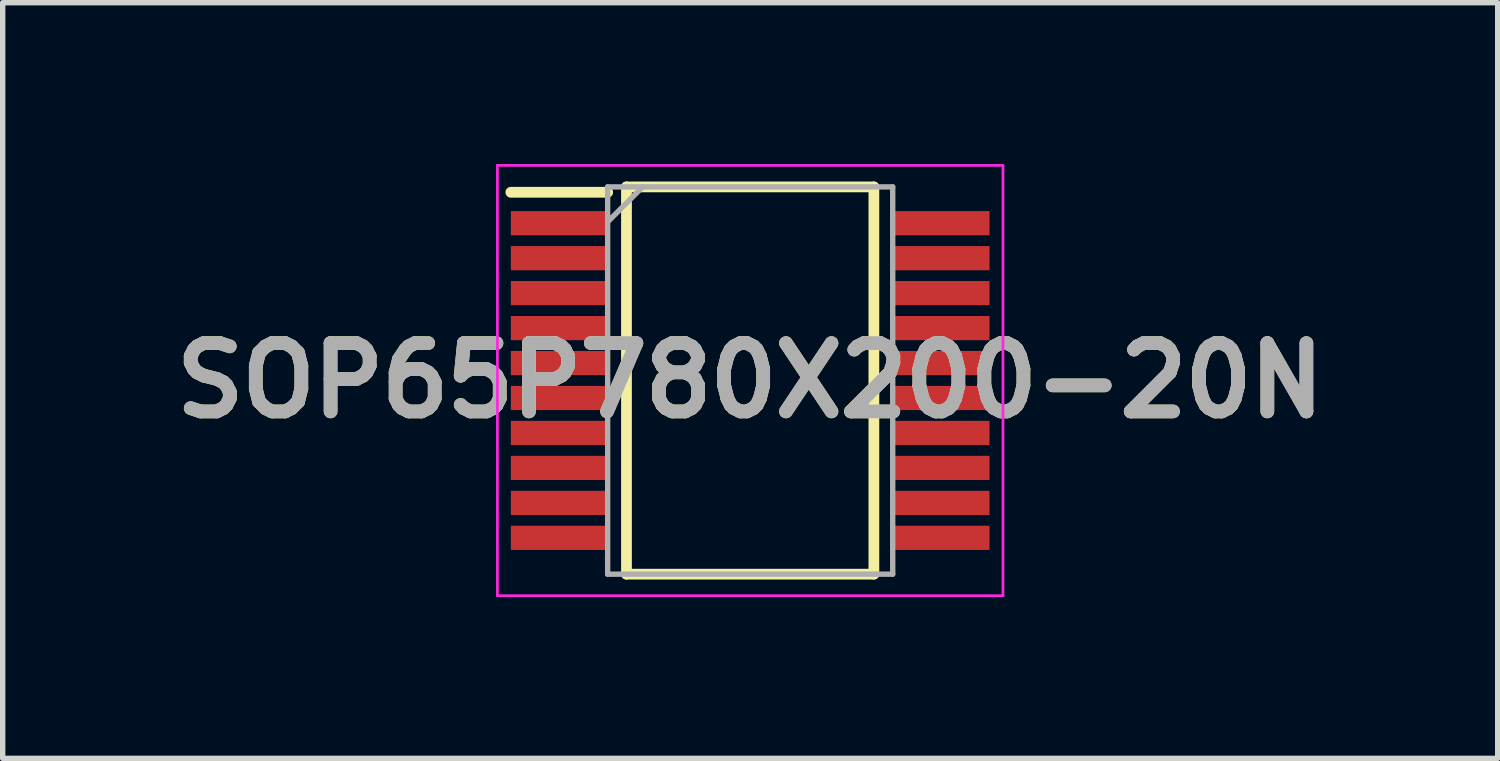
<source format=kicad_pcb>
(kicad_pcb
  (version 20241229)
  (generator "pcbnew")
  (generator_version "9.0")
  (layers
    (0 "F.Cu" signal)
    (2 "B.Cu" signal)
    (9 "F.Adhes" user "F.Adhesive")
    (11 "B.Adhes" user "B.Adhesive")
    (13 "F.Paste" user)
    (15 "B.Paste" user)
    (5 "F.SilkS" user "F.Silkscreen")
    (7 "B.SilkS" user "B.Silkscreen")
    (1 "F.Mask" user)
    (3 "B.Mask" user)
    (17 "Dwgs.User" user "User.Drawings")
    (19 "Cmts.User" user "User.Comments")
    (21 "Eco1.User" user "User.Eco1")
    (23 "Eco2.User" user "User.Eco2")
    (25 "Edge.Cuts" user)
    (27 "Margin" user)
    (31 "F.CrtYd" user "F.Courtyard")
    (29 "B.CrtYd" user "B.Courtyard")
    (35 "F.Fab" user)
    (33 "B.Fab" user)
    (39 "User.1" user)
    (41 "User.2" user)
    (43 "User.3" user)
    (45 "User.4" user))
  (footprint "SOP65P780X200-20N"
    (layer "F.Cu")
    (at 10.898 4.025)
    (property "Reference" "SOP65P780X200-20N" (at 0 0 0) (layer "F.SilkS") (effects (font (size 1.27 1.27) (thickness 0.254))))
    (attr smd)
    (fp_line (start -4.45 -3.5) (end -2.65 -3.5) (stroke (width 0.2) (type solid)) (layer "F.SilkS"))
    (fp_line (start -2.3 -3.6) (end 2.3 -3.6) (stroke (width 0.2) (type solid)) (layer "F.SilkS"))
    (fp_line (start -2.3 3.6) (end -2.3 -3.6) (stroke (width 0.2) (type solid)) (layer "F.SilkS"))
    (fp_line (start 2.3 -3.6) (end 2.3 3.6) (stroke (width 0.2) (type solid)) (layer "F.SilkS"))
    (fp_line (start 2.3 3.6) (end -2.3 3.6) (stroke (width 0.2) (type solid)) (layer "F.SilkS"))
    (fp_line (start -4.7 -4) (end 4.7 -4) (stroke (width 0.05) (type solid)) (layer "F.CrtYd"))
    (fp_line (start -4.7 4) (end -4.7 -4) (stroke (width 0.05) (type solid)) (layer "F.CrtYd"))
    (fp_line (start 4.7 -4) (end 4.7 4) (stroke (width 0.05) (type solid)) (layer "F.CrtYd"))
    (fp_line (start 4.7 4) (end -4.7 4) (stroke (width 0.05) (type solid)) (layer "F.CrtYd"))
    (fp_line (start -2.65 -3.6) (end 2.65 -3.6) (stroke (width 0.1) (type solid)) (layer "F.Fab"))
    (fp_line (start -2.65 -2.95) (end -2 -3.6) (stroke (width 0.1) (type solid)) (layer "F.Fab"))
    (fp_line (start -2.65 3.6) (end -2.65 -3.6) (stroke (width 0.1) (type solid)) (layer "F.Fab"))
    (fp_line (start 2.65 -3.6) (end 2.65 3.6) (stroke (width 0.1) (type solid)) (layer "F.Fab"))
    (fp_line (start 2.65 3.6) (end -2.65 3.6) (stroke (width 0.1) (type solid)) (layer "F.Fab"))
    (fp_text user "${REFERENCE}" (at 0 0 0) (layer "F.Fab") (effects (font (size 1.27 1.27) (thickness 0.254))))
    (pad "1" smd rect (at -3.55 -2.925 90) (size 0.45 1.8) (layers "F.Cu" "F.Mask" "F.Paste"))
    (pad "2" smd rect (at -3.55 -2.275 90) (size 0.45 1.8) (layers "F.Cu" "F.Mask" "F.Paste"))
    (pad "3" smd rect (at -3.55 -1.625 90) (size 0.45 1.8) (layers "F.Cu" "F.Mask" "F.Paste"))
    (pad "4" smd rect (at -3.55 -0.975 90) (size 0.45 1.8) (layers "F.Cu" "F.Mask" "F.Paste"))
    (pad "5" smd rect (at -3.55 -0.325 90) (size 0.45 1.8) (layers "F.Cu" "F.Mask" "F.Paste"))
    (pad "6" smd rect (at -3.55 0.325 90) (size 0.45 1.8) (layers "F.Cu" "F.Mask" "F.Paste"))
    (pad "7" smd rect (at -3.55 0.975 90) (size 0.45 1.8) (layers "F.Cu" "F.Mask" "F.Paste"))
    (pad "8" smd rect (at -3.55 1.625 90) (size 0.45 1.8) (layers "F.Cu" "F.Mask" "F.Paste"))
    (pad "9" smd rect (at -3.55 2.275 90) (size 0.45 1.8) (layers "F.Cu" "F.Mask" "F.Paste"))
    (pad "10" smd rect (at -3.55 2.925 90) (size 0.45 1.8) (layers "F.Cu" "F.Mask" "F.Paste"))
    (pad "11" smd rect (at 3.55 2.925 90) (size 0.45 1.8) (layers "F.Cu" "F.Mask" "F.Paste"))
    (pad "12" smd rect (at 3.55 2.275 90) (size 0.45 1.8) (layers "F.Cu" "F.Mask" "F.Paste"))
    (pad "13" smd rect (at 3.55 1.625 90) (size 0.45 1.8) (layers "F.Cu" "F.Mask" "F.Paste"))
    (pad "14" smd rect (at 3.55 0.975 90) (size 0.45 1.8) (layers "F.Cu" "F.Mask" "F.Paste"))
    (pad "15" smd rect (at 3.55 0.325 90) (size 0.45 1.8) (layers "F.Cu" "F.Mask" "F.Paste"))
    (pad "16" smd rect (at 3.55 -0.325 90) (size 0.45 1.8) (layers "F.Cu" "F.Mask" "F.Paste"))
    (pad "17" smd rect (at 3.55 -0.975 90) (size 0.45 1.8) (layers "F.Cu" "F.Mask" "F.Paste"))
    (pad "18" smd rect (at 3.55 -1.625 90) (size 0.45 1.8) (layers "F.Cu" "F.Mask" "F.Paste"))
    (pad "19" smd rect (at 3.55 -2.275 90) (size 0.45 1.8) (layers "F.Cu" "F.Mask" "F.Paste"))
    (pad "20" smd rect (at 3.55 -2.925 90) (size 0.45 1.8) (layers "F.Cu" "F.Mask" "F.Paste")))
  (gr_rect
    (start -3 -3)
    (end 24.796 11.05)
    (stroke (width 0.1) (type default))
    (fill no)
    (layer "Edge.Cuts")))
</source>
